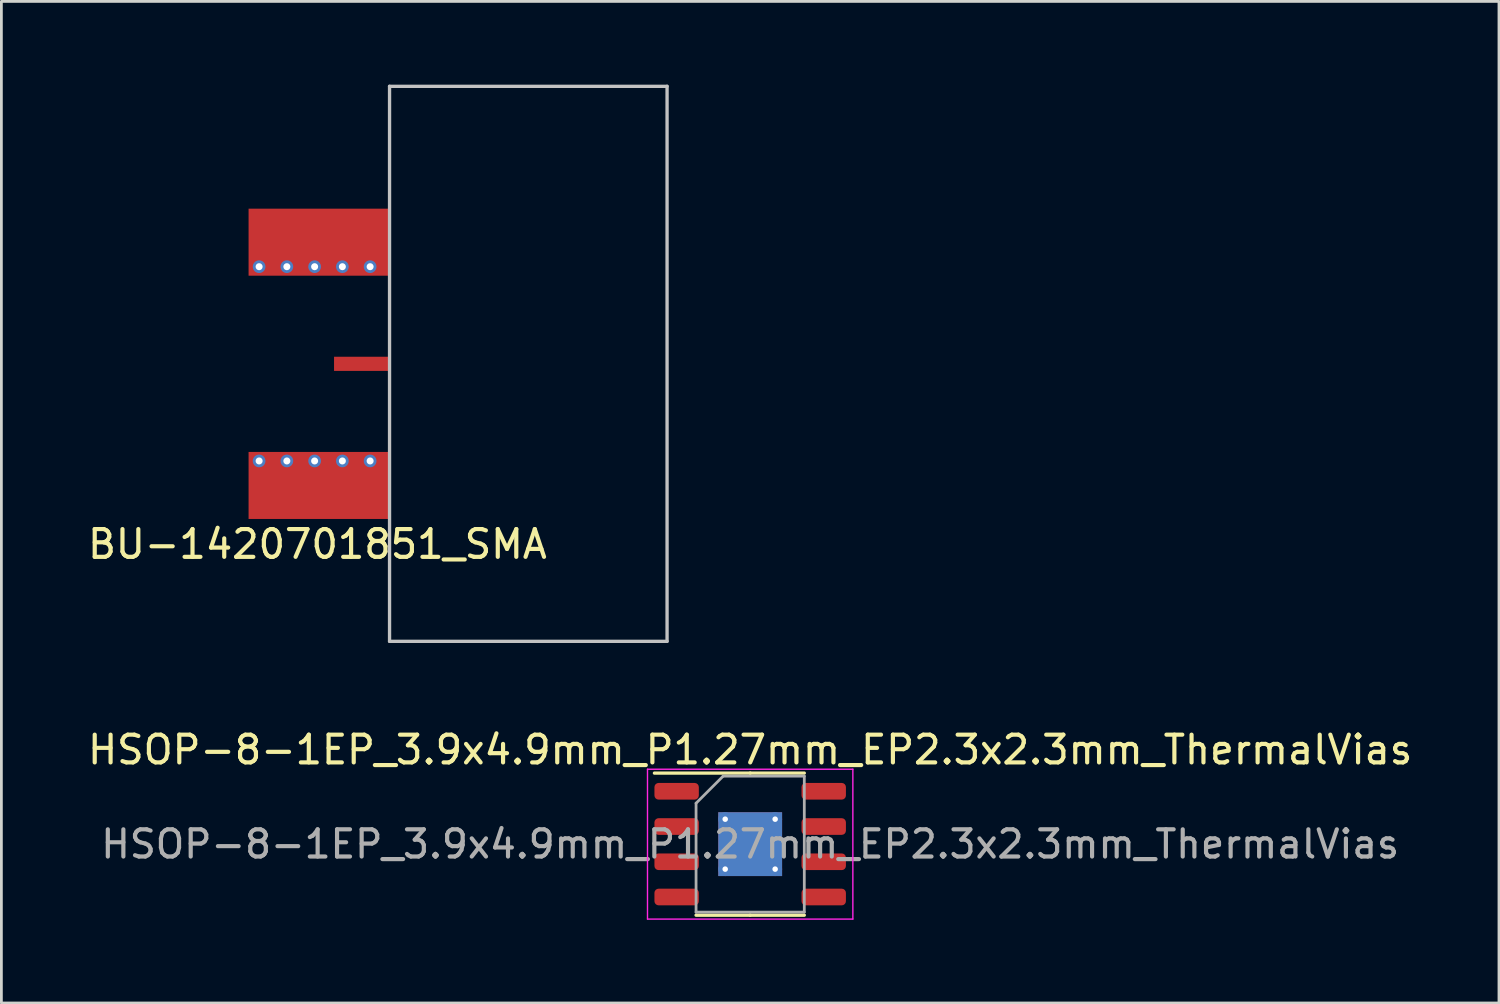
<source format=kicad_pcb>
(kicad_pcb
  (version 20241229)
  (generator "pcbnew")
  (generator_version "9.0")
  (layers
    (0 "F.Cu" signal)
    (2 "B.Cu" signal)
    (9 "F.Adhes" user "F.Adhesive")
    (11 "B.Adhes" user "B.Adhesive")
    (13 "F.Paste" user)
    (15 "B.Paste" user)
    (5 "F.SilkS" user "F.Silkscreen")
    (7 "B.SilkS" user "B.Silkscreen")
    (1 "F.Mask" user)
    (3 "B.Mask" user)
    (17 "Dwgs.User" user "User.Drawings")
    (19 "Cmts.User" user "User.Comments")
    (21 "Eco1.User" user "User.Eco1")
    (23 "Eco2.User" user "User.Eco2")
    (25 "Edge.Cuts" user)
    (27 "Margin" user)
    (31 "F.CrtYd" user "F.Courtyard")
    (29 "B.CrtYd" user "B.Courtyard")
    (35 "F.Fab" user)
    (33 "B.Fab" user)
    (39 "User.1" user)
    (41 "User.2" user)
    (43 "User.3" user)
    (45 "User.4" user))
  (footprint "HSOP-8-1EP_3.9x4.9mm_P1.27mm_EP2.3x2.3mm_ThermalVias"
    (layer "F.Cu")
    (at 23.982 27.368)
    (property "Reference" "HSOP-8-1EP_3.9x4.9mm_P1.27mm_EP2.3x2.3mm_ThermalVias" (at 0 -3.4 0) (layer "F.SilkS") (effects (font (size 1 1) (thickness 0.15))))
    (attr smd)
    (fp_line (start 0 -2.56) (end -3.45 -2.56) (stroke (width 0.12) (type solid)) (layer "F.SilkS"))
    (fp_line (start 0 -2.56) (end 1.95 -2.56) (stroke (width 0.12) (type solid)) (layer "F.SilkS"))
    (fp_line (start 0 2.56) (end -1.95 2.56) (stroke (width 0.12) (type solid)) (layer "F.SilkS"))
    (fp_line (start 0 2.56) (end 1.95 2.56) (stroke (width 0.12) (type solid)) (layer "F.SilkS"))
    (fp_line (start -3.7 -2.7) (end -3.7 2.7) (stroke (width 0.05) (type solid)) (layer "F.CrtYd"))
    (fp_line (start -3.7 2.7) (end 3.7 2.7) (stroke (width 0.05) (type solid)) (layer "F.CrtYd"))
    (fp_line (start 3.7 -2.7) (end -3.7 -2.7) (stroke (width 0.05) (type solid)) (layer "F.CrtYd"))
    (fp_line (start 3.7 2.7) (end 3.7 -2.7) (stroke (width 0.05) (type solid)) (layer "F.CrtYd"))
    (fp_line (start -1.95 -1.475) (end -0.975 -2.45) (stroke (width 0.1) (type solid)) (layer "F.Fab"))
    (fp_line (start -1.95 2.45) (end -1.95 -1.475) (stroke (width 0.1) (type solid)) (layer "F.Fab"))
    (fp_line (start -0.975 -2.45) (end 1.95 -2.45) (stroke (width 0.1) (type solid)) (layer "F.Fab"))
    (fp_line (start 1.95 -2.45) (end 1.95 2.45) (stroke (width 0.1) (type solid)) (layer "F.Fab"))
    (fp_line (start 1.95 2.45) (end -1.95 2.45) (stroke (width 0.1) (type solid)) (layer "F.Fab"))
    (fp_text user "${REFERENCE}" (at 0 0 0) (layer "F.Fab") (effects (font (size 0.98 0.98) (thickness 0.15))))
    (pad "" smd roundrect (at -0.575 -0.575) (size 0.93 0.93) (layers "F.Paste") (roundrect_rratio 0.25))
    (pad "" smd roundrect (at -0.575 0.575) (size 0.93 0.93) (layers "F.Paste") (roundrect_rratio 0.25))
    (pad "" smd roundrect (at 0.575 -0.575) (size 0.93 0.93) (layers "F.Paste") (roundrect_rratio 0.25))
    (pad "" smd roundrect (at 0.575 0.575) (size 0.93 0.93) (layers "F.Paste") (roundrect_rratio 0.25))
    (pad "1" smd roundrect (at -2.65 -1.905) (size 1.6 0.6) (layers "F.Cu" "F.Mask" "F.Paste") (roundrect_rratio 0.25))
    (pad "2" smd roundrect (at -2.65 -0.635) (size 1.6 0.6) (layers "F.Cu" "F.Mask" "F.Paste") (roundrect_rratio 0.25))
    (pad "3" smd roundrect (at -2.65 0.635) (size 1.6 0.6) (layers "F.Cu" "F.Mask" "F.Paste") (roundrect_rratio 0.25))
    (pad "4" smd roundrect (at -2.65 1.905) (size 1.6 0.6) (layers "F.Cu" "F.Mask" "F.Paste") (roundrect_rratio 0.25))
    (pad "5" smd roundrect (at 2.65 1.905) (size 1.6 0.6) (layers "F.Cu" "F.Mask" "F.Paste") (roundrect_rratio 0.25))
    (pad "6" smd roundrect (at 2.65 0.635) (size 1.6 0.6) (layers "F.Cu" "F.Mask" "F.Paste") (roundrect_rratio 0.25))
    (pad "7" smd roundrect (at 2.65 -0.635) (size 1.6 0.6) (layers "F.Cu" "F.Mask" "F.Paste") (roundrect_rratio 0.25))
    (pad "8" smd roundrect (at 2.65 -1.905) (size 1.6 0.6) (layers "F.Cu" "F.Mask" "F.Paste") (roundrect_rratio 0.25))
    (pad "9" thru_hole circle (at -0.9 -0.9) (size 0.5 0.5) (drill 0.2) (layers "*.Cu"))
    (pad "9" thru_hole circle (at -0.9 0.9) (size 0.5 0.5) (drill 0.2) (layers "*.Cu"))
    (pad "9" smd rect (at 0 0) (size 2.3 2.3) (layers "F.Cu" "F.Mask"))
    (pad "9" smd rect (at 0 0) (size 2.3 2.3) (layers "B.Cu"))
    (pad "9" thru_hole circle (at 0.9 -0.9) (size 0.5 0.5) (drill 0.2) (layers "*.Cu"))
    (pad "9" thru_hole circle (at 0.9 0.9) (size 0.5 0.5) (drill 0.2) (layers "*.Cu")))
  (footprint "BU-1420701851_SMA"
    (layer "F.Cu")
    (at 10.987 10.06)
    (property "Reference" "BU-1420701851_SMA" (at -2.6 6.5 0) (layer "F.SilkS") (effects (font (size 1 1) (thickness 0.15))))
    (attr through_hole)
    (fp_line (start 0 -10) (end 0 10) (stroke (width 0.12) (type solid)) (layer "Dwgs.User"))
    (fp_line (start 0 10) (end 10 10) (stroke (width 0.12) (type solid)) (layer "Dwgs.User"))
    (fp_line (start 10 -10) (end 0 -10) (stroke (width 0.12) (type solid)) (layer "Dwgs.User"))
    (fp_line (start 10 10) (end 10 -10) (stroke (width 0.12) (type solid)) (layer "Dwgs.User"))
    (pad "1" smd rect (at -1 0) (size 2 0.51) (layers "F.Cu" "F.Mask"))
    (pad "2" thru_hole circle (at -4.7 -3.5) (size 0.457 0.457) (drill 0.254) (layers "*.Cu" "*.Mask"))
    (pad "2" thru_hole circle (at -4.7 3.5) (size 0.457 0.457) (drill 0.254) (layers "*.Cu" "*.Mask"))
    (pad "2" thru_hole circle (at -3.7 -3.5) (size 0.457 0.457) (drill 0.254) (layers "*.Cu" "*.Mask"))
    (pad "2" thru_hole circle (at -3.7 3.5) (size 0.457 0.457) (drill 0.254) (layers "*.Cu" "*.Mask"))
    (pad "2" thru_hole circle (at -2.7 -3.5) (size 0.457 0.457) (drill 0.254) (layers "*.Cu" "*.Mask"))
    (pad "2" thru_hole circle (at -2.7 3.5) (size 0.457 0.457) (drill 0.254) (layers "*.Cu" "*.Mask"))
    (pad "2" smd rect (at -2.54 -4.383) (size 5.08 2.415) (layers "F.Cu" "F.Mask"))
    (pad "2" smd rect (at -2.54 4.383) (size 5.08 2.415) (layers "F.Cu" "F.Mask"))
    (pad "2" thru_hole circle (at -1.7 -3.5) (size 0.457 0.457) (drill 0.254) (layers "*.Cu" "*.Mask"))
    (pad "2" thru_hole circle (at -1.7 3.5) (size 0.457 0.457) (drill 0.254) (layers "*.Cu" "*.Mask"))
    (pad "2" thru_hole circle (at -0.7 -3.5) (size 0.457 0.457) (drill 0.254) (layers "*.Cu" "*.Mask"))
    (pad "2" thru_hole circle (at -0.7 3.5) (size 0.457 0.457) (drill 0.254) (layers "*.Cu" "*.Mask")))
  (gr_rect
    (start -3 -3)
    (end 50.964 33.093)
    (stroke (width 0.1) (type default))
    (fill no)
    (layer "Edge.Cuts")))
</source>
